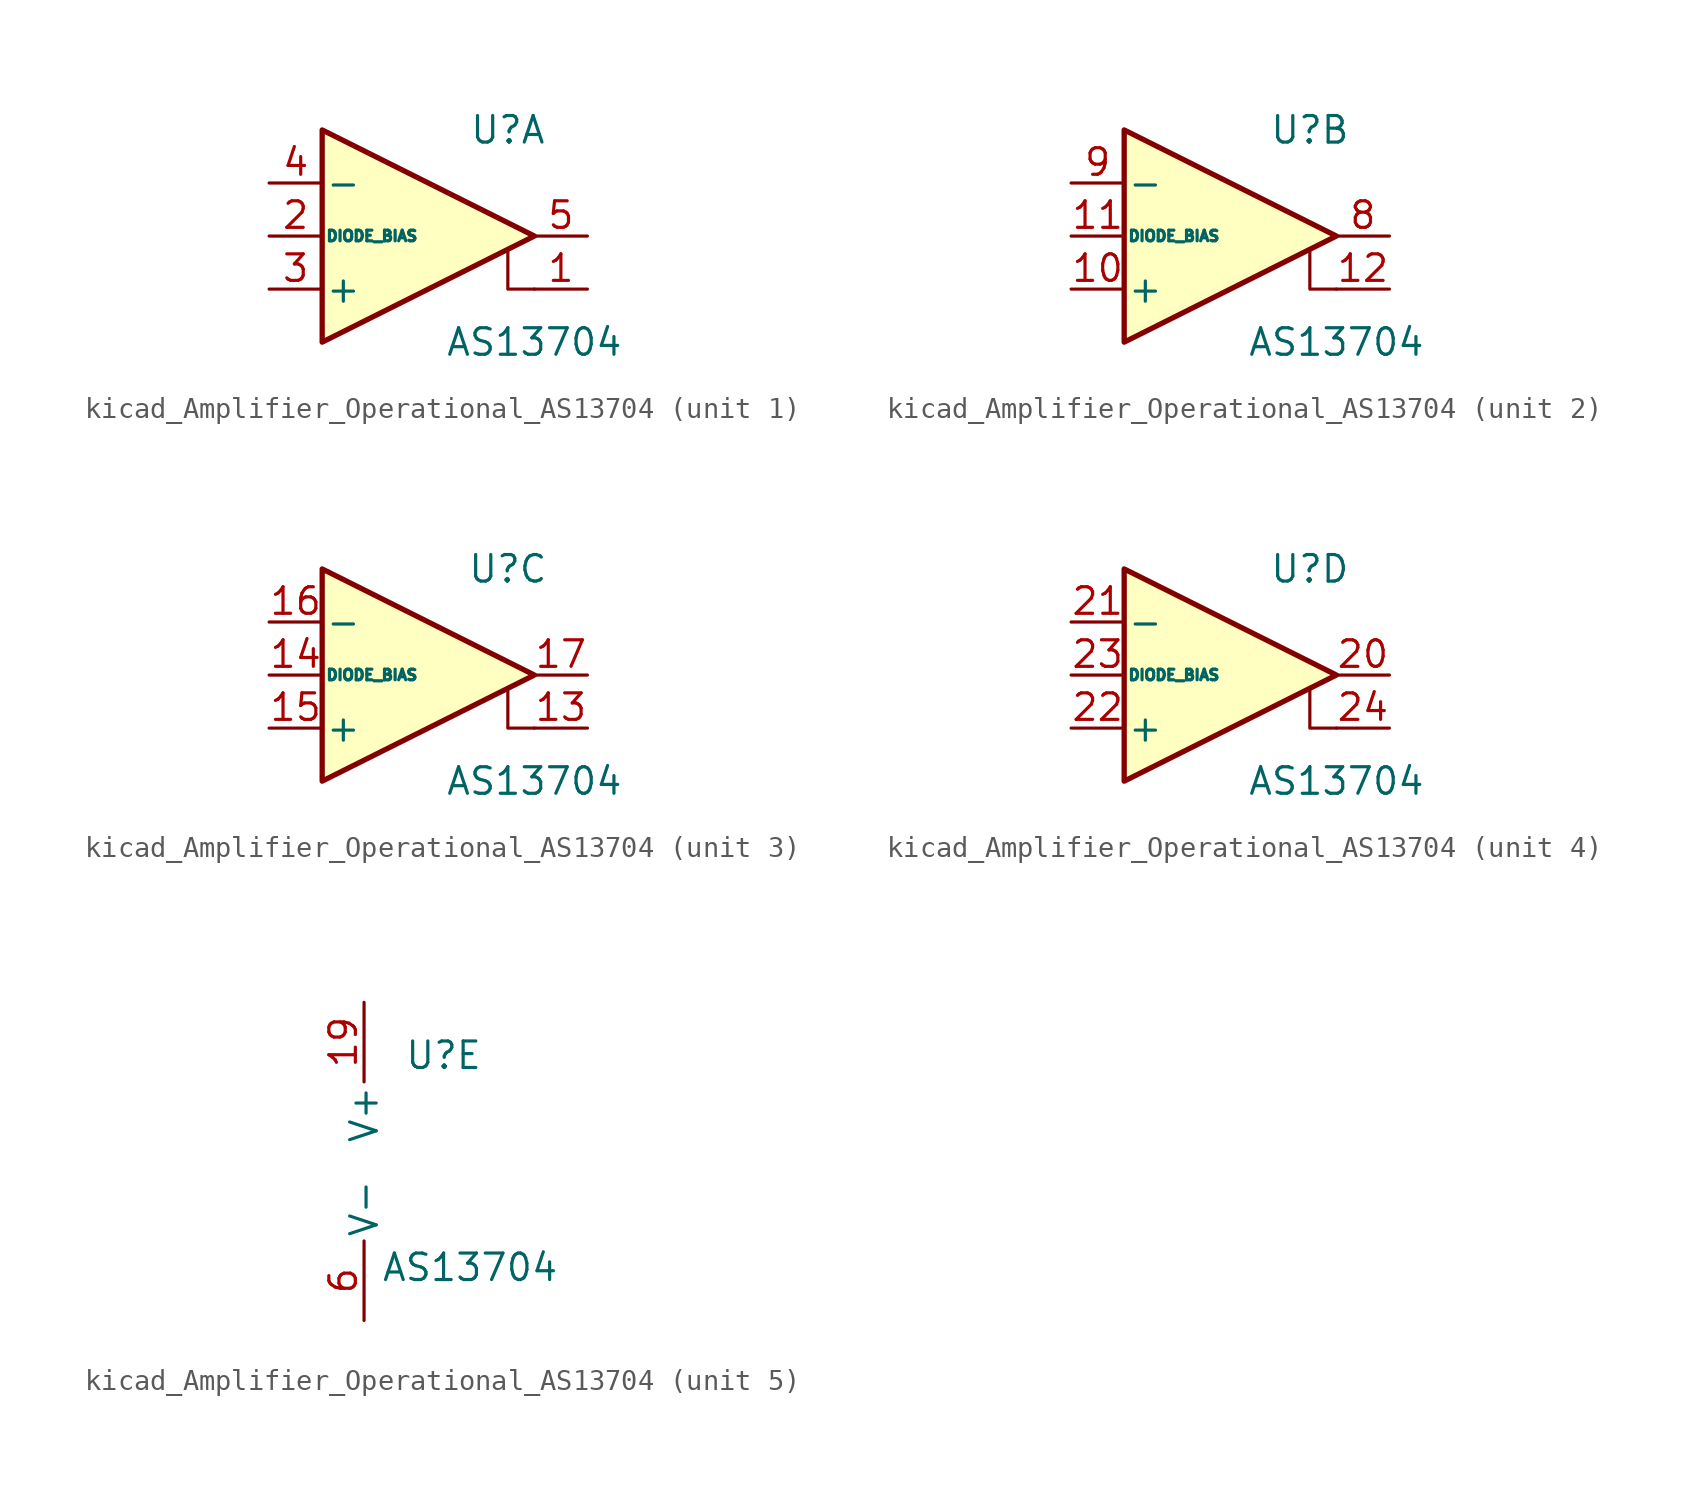
<source format=kicad_sym>
(kicad_symbol_lib
  (version 20220914)
  (generator kicad_symbol_editor)
  (symbol "kicad_Amplifier_Operational_AS13704"
    (pin_names
      (offset 0.127))
    (property "Reference" "U"
      (at 3.81 5.08 0)
      (effects (font (size 1.27 1.27))))
    (property "Value" "AS13704"
      (at 5.08 -5.08 0)
      (effects (font (size 1.27 1.27))))
    (property "ki_locked" ""
      (at 0 0 0)
      (effects (font (size 1.27 1.27))))
    (symbol "kicad_Amplifier_Operational_AS13704_1_1"
      (polyline (pts (xy 3.81 -0.635) (xy 3.81 -2.54) (xy 5.08 -2.54)) (stroke (width 0) (type default)) (fill (type none)))
      (polyline (pts (xy 5.08 0) (xy -5.08 -5.08) (xy -5.08 5.08) (xy 5.08 0)) (stroke (width 0.254) (type default)) (fill (type background)))
      (pin input line (at 7.62 -2.54 180) (length 2.54) (name "~" (effects (font (size 1.27 1.27)))) (number "1" (effects (font (size 1.27 1.27)))))
      (pin no_connect line (at 0 -2.54 180) (length 2.54) hide (name "NC" (effects (font (size 1.27 1.27)))) (number "18" (effects (font (size 1.27 1.27)))))
      (pin input line (at -7.62 0 0) (length 2.54) (name "DIODE_BIAS" (effects (font (size 0.508 0.508)))) (number "2" (effects (font (size 1.27 1.27)))))
      (pin input line (at -7.62 -2.54 0) (length 2.54) (name "+" (effects (font (size 1.27 1.27)))) (number "3" (effects (font (size 1.27 1.27)))))
      (pin input line (at -7.62 2.54 0) (length 2.54) (name "-" (effects (font (size 1.27 1.27)))) (number "4" (effects (font (size 1.27 1.27)))))
      (pin output line (at 7.62 0 180) (length 2.54) (name "~" (effects (font (size 1.27 1.27)))) (number "5" (effects (font (size 1.27 1.27)))))
      (pin no_connect line (at 0 2.54 180) (length 2.54) hide (name "NC" (effects (font (size 1.27 1.27)))) (number "7" (effects (font (size 1.27 1.27))))))
    (symbol "kicad_Amplifier_Operational_AS13704_2_1"
      (polyline (pts (xy 3.81 -0.635) (xy 3.81 -2.54) (xy 5.08 -2.54)) (stroke (width 0) (type default)) (fill (type none)))
      (polyline (pts (xy 5.08 0) (xy -5.08 -5.08) (xy -5.08 5.08) (xy 5.08 0)) (stroke (width 0.254) (type default)) (fill (type background)))
      (pin input line (at -7.62 -2.54 0) (length 2.54) (name "+" (effects (font (size 1.27 1.27)))) (number "10" (effects (font (size 1.27 1.27)))))
      (pin input line (at -7.62 0 0) (length 2.54) (name "DIODE_BIAS" (effects (font (size 0.508 0.508)))) (number "11" (effects (font (size 1.27 1.27)))))
      (pin input line (at 7.62 -2.54 180) (length 2.54) (name "~" (effects (font (size 1.27 1.27)))) (number "12" (effects (font (size 1.27 1.27)))))
      (pin output line (at 7.62 0 180) (length 2.54) (name "~" (effects (font (size 1.27 1.27)))) (number "8" (effects (font (size 1.27 1.27)))))
      (pin input line (at -7.62 2.54 0) (length 2.54) (name "-" (effects (font (size 1.27 1.27)))) (number "9" (effects (font (size 1.27 1.27))))))
    (symbol "kicad_Amplifier_Operational_AS13704_3_1"
      (polyline (pts (xy 3.81 -0.635) (xy 3.81 -2.54) (xy 5.08 -2.54)) (stroke (width 0) (type default)) (fill (type none)))
      (polyline (pts (xy 5.08 0) (xy -5.08 -5.08) (xy -5.08 5.08) (xy 5.08 0)) (stroke (width 0.254) (type default)) (fill (type background)))
      (pin input line (at 7.62 -2.54 180) (length 2.54) (name "~" (effects (font (size 1.27 1.27)))) (number "13" (effects (font (size 1.27 1.27)))))
      (pin input line (at -7.62 0 0) (length 2.54) (name "DIODE_BIAS" (effects (font (size 0.508 0.508)))) (number "14" (effects (font (size 1.27 1.27)))))
      (pin input line (at -7.62 -2.54 0) (length 2.54) (name "+" (effects (font (size 1.27 1.27)))) (number "15" (effects (font (size 1.27 1.27)))))
      (pin input line (at -7.62 2.54 0) (length 2.54) (name "-" (effects (font (size 1.27 1.27)))) (number "16" (effects (font (size 1.27 1.27)))))
      (pin output line (at 7.62 0 180) (length 2.54) (name "~" (effects (font (size 1.27 1.27)))) (number "17" (effects (font (size 1.27 1.27))))))
    (symbol "kicad_Amplifier_Operational_AS13704_4_1"
      (polyline (pts (xy 3.81 -0.635) (xy 3.81 -2.54) (xy 5.08 -2.54)) (stroke (width 0) (type default)) (fill (type none)))
      (polyline (pts (xy 5.08 0) (xy -5.08 -5.08) (xy -5.08 5.08) (xy 5.08 0)) (stroke (width 0.254) (type default)) (fill (type background)))
      (pin output line (at 7.62 0 180) (length 2.54) (name "~" (effects (font (size 1.27 1.27)))) (number "20" (effects (font (size 1.27 1.27)))))
      (pin input line (at -7.62 2.54 0) (length 2.54) (name "-" (effects (font (size 1.27 1.27)))) (number "21" (effects (font (size 1.27 1.27)))))
      (pin input line (at -7.62 -2.54 0) (length 2.54) (name "+" (effects (font (size 1.27 1.27)))) (number "22" (effects (font (size 1.27 1.27)))))
      (pin input line (at -7.62 0 0) (length 2.54) (name "DIODE_BIAS" (effects (font (size 0.508 0.508)))) (number "23" (effects (font (size 1.27 1.27)))))
      (pin input line (at 7.62 -2.54 180) (length 2.54) (name "~" (effects (font (size 1.27 1.27)))) (number "24" (effects (font (size 1.27 1.27))))))
    (symbol "kicad_Amplifier_Operational_AS13704_5_1"
      (pin power_in line (at 0 7.62 270) (length 3.81) (name "V+" (effects (font (size 1.27 1.27)))) (number "19" (effects (font (size 1.27 1.27)))))
      (pin power_in line (at 0 -7.62 90) (length 3.81) (name "V-" (effects (font (size 1.27 1.27)))) (number "6" (effects (font (size 1.27 1.27))))))))
</source>
